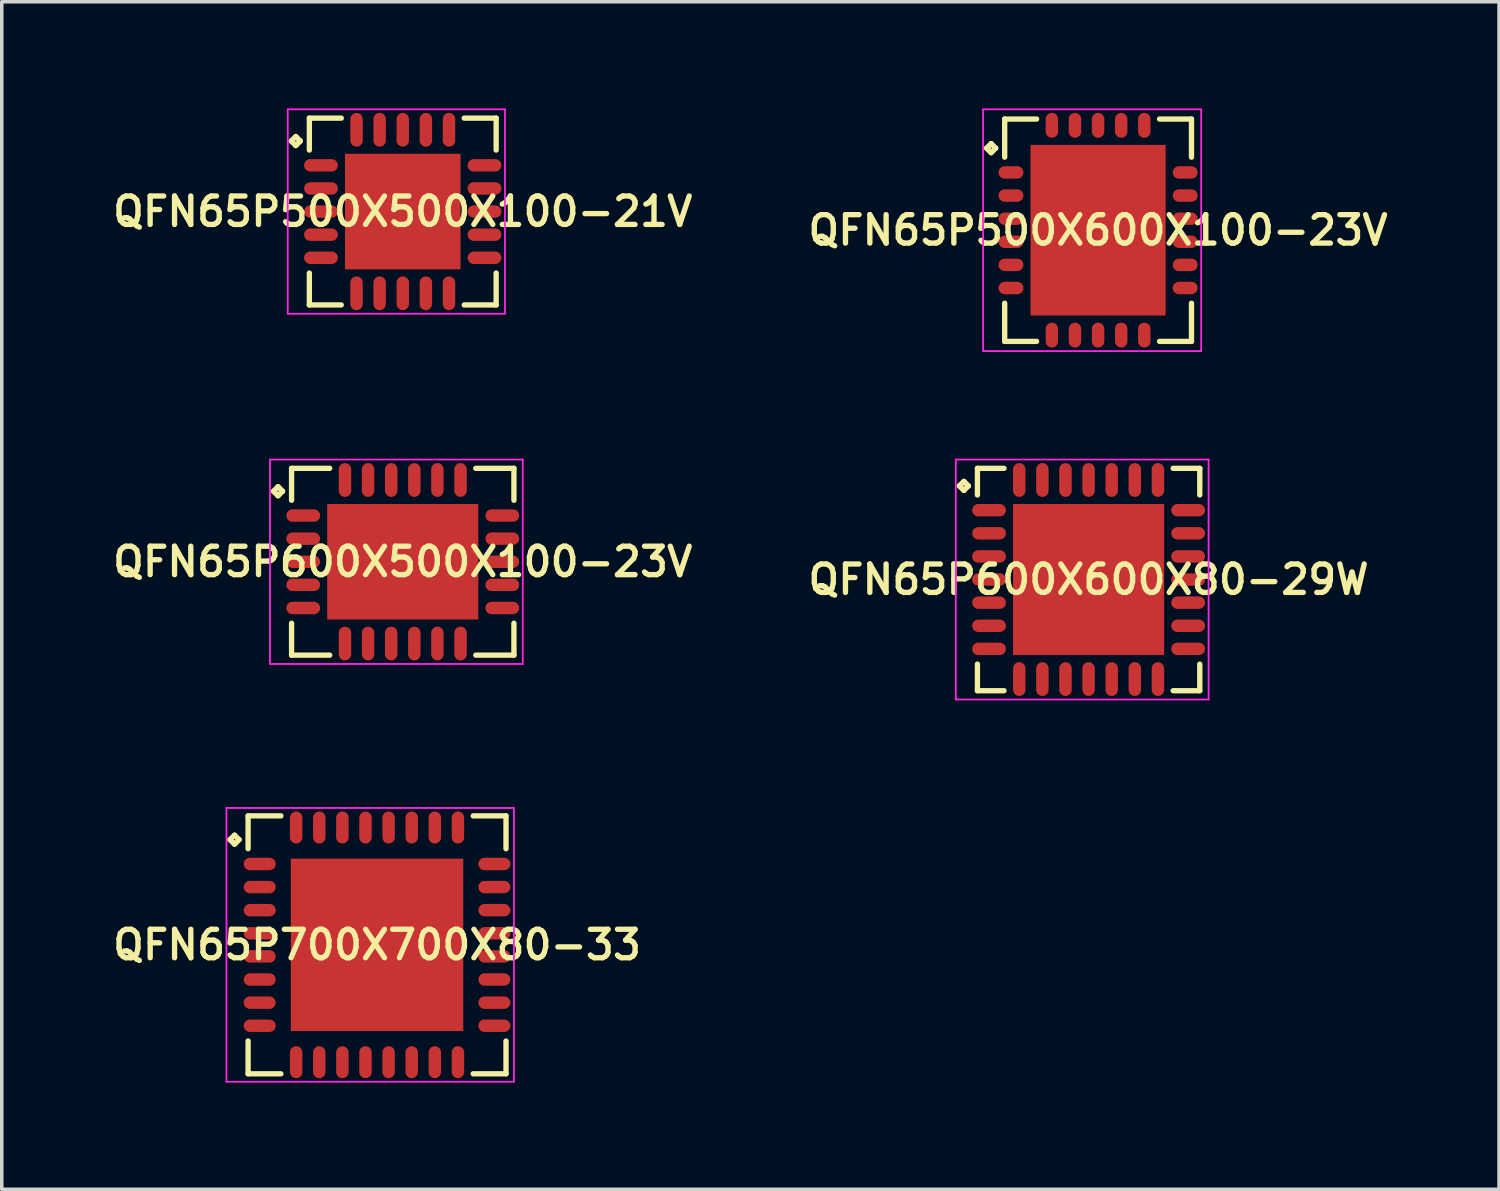
<source format=kicad_pcb>
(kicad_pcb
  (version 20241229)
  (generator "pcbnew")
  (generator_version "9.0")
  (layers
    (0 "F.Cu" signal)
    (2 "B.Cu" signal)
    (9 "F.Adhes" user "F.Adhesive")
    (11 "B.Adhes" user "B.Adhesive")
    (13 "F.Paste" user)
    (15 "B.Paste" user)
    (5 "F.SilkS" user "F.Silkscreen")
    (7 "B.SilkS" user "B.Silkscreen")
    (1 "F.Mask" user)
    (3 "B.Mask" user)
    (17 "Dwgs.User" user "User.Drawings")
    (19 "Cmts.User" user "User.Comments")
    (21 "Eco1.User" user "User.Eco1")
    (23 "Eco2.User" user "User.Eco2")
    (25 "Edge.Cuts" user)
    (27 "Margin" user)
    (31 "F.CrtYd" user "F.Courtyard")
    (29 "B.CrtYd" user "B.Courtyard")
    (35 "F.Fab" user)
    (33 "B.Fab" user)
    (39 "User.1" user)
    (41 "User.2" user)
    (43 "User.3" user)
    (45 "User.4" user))
  (footprint "QFN65P500X600X100-23V"
    (layer "F.Cu")
    (at 27.835 3.425)
    (property "Reference" "QFN65P500X600X100-23V" (at 0 0 0) (layer "F.SilkS") (effects (font (size 0.8 0.8) (thickness 0.15))))
    (attr smd)
    (fp_line (start -3.135 -2.308) (end -3.008 -2.435) (stroke (width 0.15) (type solid)) (layer "F.SilkS"))
    (fp_line (start -3.008 -2.435) (end -2.881 -2.308) (stroke (width 0.15) (type solid)) (layer "F.SilkS"))
    (fp_line (start -3.008 -2.181) (end -3.135 -2.308) (stroke (width 0.15) (type solid)) (layer "F.SilkS"))
    (fp_line (start -2.881 -2.308) (end -3.008 -2.181) (stroke (width 0.15) (type solid)) (layer "F.SilkS"))
    (fp_line (start -2.627 -3.127) (end -1.729 -3.127) (stroke (width 0.15) (type solid)) (layer "F.SilkS"))
    (fp_line (start -2.627 -2.054) (end -2.627 -3.127) (stroke (width 0.15) (type solid)) (layer "F.SilkS"))
    (fp_line (start -2.627 2.054) (end -2.627 3.127) (stroke (width 0.15) (type solid)) (layer "F.SilkS"))
    (fp_line (start -2.627 3.127) (end -1.729 3.127) (stroke (width 0.15) (type solid)) (layer "F.SilkS"))
    (fp_line (start 1.729 -3.127) (end 2.627 -3.127) (stroke (width 0.15) (type solid)) (layer "F.SilkS"))
    (fp_line (start 1.729 3.127) (end 2.627 3.127) (stroke (width 0.15) (type solid)) (layer "F.SilkS"))
    (fp_line (start 2.627 -3.127) (end 2.627 -2.054) (stroke (width 0.15) (type solid)) (layer "F.SilkS"))
    (fp_line (start 2.627 3.127) (end 2.627 2.054) (stroke (width 0.15) (type solid)) (layer "F.SilkS"))
    (fp_line (start -3.235 -3.4) (end 2.9 -3.4) (stroke (width 0.05) (type solid)) (layer "F.CrtYd"))
    (fp_line (start -3.235 3.4) (end -3.235 -3.4) (stroke (width 0.05) (type solid)) (layer "F.CrtYd"))
    (fp_line (start 2.9 -3.4) (end 2.9 3.4) (stroke (width 0.05) (type solid)) (layer "F.CrtYd"))
    (fp_line (start 2.9 3.4) (end -3.235 3.4) (stroke (width 0.05) (type solid)) (layer "F.CrtYd"))
    (pad "1" smd oval (at -2.45 -1.625) (size 0.7 0.35) (layers "F.Cu" "F.Mask" "F.Paste"))
    (pad "2" smd oval (at -2.45 -0.975) (size 0.7 0.35) (layers "F.Cu" "F.Mask" "F.Paste"))
    (pad "3" smd oval (at -2.45 -0.325) (size 0.7 0.35) (layers "F.Cu" "F.Mask" "F.Paste"))
    (pad "4" smd oval (at -2.45 0.325) (size 0.7 0.35) (layers "F.Cu" "F.Mask" "F.Paste"))
    (pad "5" smd oval (at -2.45 0.975) (size 0.7 0.35) (layers "F.Cu" "F.Mask" "F.Paste"))
    (pad "6" smd oval (at -2.45 1.625) (size 0.7 0.35) (layers "F.Cu" "F.Mask" "F.Paste"))
    (pad "7" smd oval (at -1.3 2.95) (size 0.35 0.7) (layers "F.Cu" "F.Mask" "F.Paste"))
    (pad "8" smd oval (at -0.65 2.95) (size 0.35 0.7) (layers "F.Cu" "F.Mask" "F.Paste"))
    (pad "9" smd oval (at 0 2.95) (size 0.35 0.7) (layers "F.Cu" "F.Mask" "F.Paste"))
    (pad "10" smd oval (at 0.65 2.95) (size 0.35 0.7) (layers "F.Cu" "F.Mask" "F.Paste"))
    (pad "11" smd oval (at 1.3 2.95) (size 0.35 0.7) (layers "F.Cu" "F.Mask" "F.Paste"))
    (pad "12" smd oval (at 2.45 1.625) (size 0.7 0.35) (layers "F.Cu" "F.Mask" "F.Paste"))
    (pad "13" smd oval (at 2.45 0.975) (size 0.7 0.35) (layers "F.Cu" "F.Mask" "F.Paste"))
    (pad "14" smd oval (at 2.45 0.325) (size 0.7 0.35) (layers "F.Cu" "F.Mask" "F.Paste"))
    (pad "15" smd oval (at 2.45 -0.325) (size 0.7 0.35) (layers "F.Cu" "F.Mask" "F.Paste"))
    (pad "16" smd oval (at 2.45 -0.975) (size 0.7 0.35) (layers "F.Cu" "F.Mask" "F.Paste"))
    (pad "17" smd oval (at 2.45 -1.625) (size 0.7 0.35) (layers "F.Cu" "F.Mask" "F.Paste"))
    (pad "18" smd oval (at 1.3 -2.95) (size 0.35 0.7) (layers "F.Cu" "F.Mask" "F.Paste"))
    (pad "19" smd oval (at 0.65 -2.95) (size 0.35 0.7) (layers "F.Cu" "F.Mask" "F.Paste"))
    (pad "20" smd oval (at 0 -2.95) (size 0.35 0.7) (layers "F.Cu" "F.Mask" "F.Paste"))
    (pad "21" smd oval (at -0.65 -2.95) (size 0.35 0.7) (layers "F.Cu" "F.Mask" "F.Paste"))
    (pad "22" smd oval (at -1.3 -2.95) (size 0.35 0.7) (layers "F.Cu" "F.Mask" "F.Paste"))
    (pad "23" smd rect (at 0 0) (size 3.8 4.8) (layers "F.Cu" "F.Mask" "F.Paste")))
  (footprint "QFN65P500X500X100-21V"
    (layer "F.Cu")
    (at 8.278 2.9)
    (property "Reference" "QFN65P500X500X100-21V" (at 0 0 0) (layer "F.SilkS") (effects (font (size 0.8 0.8) (thickness 0.15))))
    (attr smd)
    (fp_line (start -3.135 -1.983) (end -3.008 -2.11) (stroke (width 0.15) (type solid)) (layer "F.SilkS"))
    (fp_line (start -3.008 -2.11) (end -2.881 -1.983) (stroke (width 0.15) (type solid)) (layer "F.SilkS"))
    (fp_line (start -3.008 -1.856) (end -3.135 -1.983) (stroke (width 0.15) (type solid)) (layer "F.SilkS"))
    (fp_line (start -2.881 -1.983) (end -3.008 -1.856) (stroke (width 0.15) (type solid)) (layer "F.SilkS"))
    (fp_line (start -2.627 -2.627) (end -1.729 -2.627) (stroke (width 0.15) (type solid)) (layer "F.SilkS"))
    (fp_line (start -2.627 -1.729) (end -2.627 -2.627) (stroke (width 0.15) (type solid)) (layer "F.SilkS"))
    (fp_line (start -2.627 1.729) (end -2.627 2.627) (stroke (width 0.15) (type solid)) (layer "F.SilkS"))
    (fp_line (start -2.627 2.627) (end -1.729 2.627) (stroke (width 0.15) (type solid)) (layer "F.SilkS"))
    (fp_line (start 1.729 -2.627) (end 2.627 -2.627) (stroke (width 0.15) (type solid)) (layer "F.SilkS"))
    (fp_line (start 1.729 2.627) (end 2.627 2.627) (stroke (width 0.15) (type solid)) (layer "F.SilkS"))
    (fp_line (start 2.627 -2.627) (end 2.627 -1.729) (stroke (width 0.15) (type solid)) (layer "F.SilkS"))
    (fp_line (start 2.627 2.627) (end 2.627 1.729) (stroke (width 0.15) (type solid)) (layer "F.SilkS"))
    (fp_line (start -3.235 -2.875) (end 2.875 -2.875) (stroke (width 0.05) (type solid)) (layer "F.CrtYd"))
    (fp_line (start -3.235 2.875) (end -3.235 -2.875) (stroke (width 0.05) (type solid)) (layer "F.CrtYd"))
    (fp_line (start 2.875 -2.875) (end 2.875 2.875) (stroke (width 0.05) (type solid)) (layer "F.CrtYd"))
    (fp_line (start 2.875 2.875) (end -3.235 2.875) (stroke (width 0.05) (type solid)) (layer "F.CrtYd"))
    (pad "1" smd oval (at -2.3 -1.3) (size 0.95 0.35) (layers "F.Cu" "F.Mask" "F.Paste"))
    (pad "2" smd oval (at -2.3 -0.65) (size 0.95 0.35) (layers "F.Cu" "F.Mask" "F.Paste"))
    (pad "3" smd oval (at -2.3 0) (size 0.95 0.35) (layers "F.Cu" "F.Mask" "F.Paste"))
    (pad "4" smd oval (at -2.3 0.65) (size 0.95 0.35) (layers "F.Cu" "F.Mask" "F.Paste"))
    (pad "5" smd oval (at -2.3 1.3) (size 0.95 0.35) (layers "F.Cu" "F.Mask" "F.Paste"))
    (pad "6" smd oval (at -1.3 2.3) (size 0.35 0.95) (layers "F.Cu" "F.Mask" "F.Paste"))
    (pad "7" smd oval (at -0.65 2.3) (size 0.35 0.95) (layers "F.Cu" "F.Mask" "F.Paste"))
    (pad "8" smd oval (at 0 2.3) (size 0.35 0.95) (layers "F.Cu" "F.Mask" "F.Paste"))
    (pad "9" smd oval (at 0.65 2.3) (size 0.35 0.95) (layers "F.Cu" "F.Mask" "F.Paste"))
    (pad "10" smd oval (at 1.3 2.3) (size 0.35 0.95) (layers "F.Cu" "F.Mask" "F.Paste"))
    (pad "11" smd oval (at 2.3 1.3) (size 0.95 0.35) (layers "F.Cu" "F.Mask" "F.Paste"))
    (pad "12" smd oval (at 2.3 0.65) (size 0.95 0.35) (layers "F.Cu" "F.Mask" "F.Paste"))
    (pad "13" smd oval (at 2.3 0) (size 0.95 0.35) (layers "F.Cu" "F.Mask" "F.Paste"))
    (pad "14" smd oval (at 2.3 -0.65) (size 0.95 0.35) (layers "F.Cu" "F.Mask" "F.Paste"))
    (pad "15" smd oval (at 2.3 -1.3) (size 0.95 0.35) (layers "F.Cu" "F.Mask" "F.Paste"))
    (pad "16" smd oval (at 1.3 -2.3) (size 0.35 0.95) (layers "F.Cu" "F.Mask" "F.Paste"))
    (pad "17" smd oval (at 0.65 -2.3) (size 0.35 0.95) (layers "F.Cu" "F.Mask" "F.Paste"))
    (pad "18" smd oval (at 0 -2.3) (size 0.35 0.95) (layers "F.Cu" "F.Mask" "F.Paste"))
    (pad "19" smd oval (at -0.65 -2.3) (size 0.35 0.95) (layers "F.Cu" "F.Mask" "F.Paste"))
    (pad "20" smd oval (at -1.3 -2.3) (size 0.35 0.95) (layers "F.Cu" "F.Mask" "F.Paste"))
    (pad "21" smd rect (at 0 0) (size 3.25 3.25) (layers "F.Cu" "F.Mask" "F.Paste")))
  (footprint "QFN65P700X700X80-33"
    (layer "F.Cu")
    (at 7.555 23.525)
    (property "Reference" "QFN65P700X700X80-33" (at 0 0 0) (layer "F.SilkS") (effects (font (size 0.8 0.8) (thickness 0.15))))
    (attr smd)
    (fp_line (start -4.135 -2.958) (end -4.008 -3.085) (stroke (width 0.15) (type solid)) (layer "F.SilkS"))
    (fp_line (start -4.008 -3.085) (end -3.881 -2.958) (stroke (width 0.15) (type solid)) (layer "F.SilkS"))
    (fp_line (start -4.008 -2.831) (end -4.135 -2.958) (stroke (width 0.15) (type solid)) (layer "F.SilkS"))
    (fp_line (start -3.881 -2.958) (end -4.008 -2.831) (stroke (width 0.15) (type solid)) (layer "F.SilkS"))
    (fp_line (start -3.627 -3.627) (end -2.704 -3.627) (stroke (width 0.15) (type solid)) (layer "F.SilkS"))
    (fp_line (start -3.627 -2.704) (end -3.627 -3.627) (stroke (width 0.15) (type solid)) (layer "F.SilkS"))
    (fp_line (start -3.627 2.704) (end -3.627 3.627) (stroke (width 0.15) (type solid)) (layer "F.SilkS"))
    (fp_line (start -3.627 3.627) (end -2.704 3.627) (stroke (width 0.15) (type solid)) (layer "F.SilkS"))
    (fp_line (start 2.704 -3.627) (end 3.627 -3.627) (stroke (width 0.15) (type solid)) (layer "F.SilkS"))
    (fp_line (start 2.704 3.627) (end 3.627 3.627) (stroke (width 0.15) (type solid)) (layer "F.SilkS"))
    (fp_line (start 3.627 -3.627) (end 3.627 -2.704) (stroke (width 0.15) (type solid)) (layer "F.SilkS"))
    (fp_line (start 3.627 3.627) (end 3.627 2.704) (stroke (width 0.15) (type solid)) (layer "F.SilkS"))
    (fp_line (start -4.235 -3.85) (end 3.85 -3.85) (stroke (width 0.05) (type solid)) (layer "F.CrtYd"))
    (fp_line (start -4.235 3.85) (end -4.235 -3.85) (stroke (width 0.05) (type solid)) (layer "F.CrtYd"))
    (fp_line (start 3.85 -3.85) (end 3.85 3.85) (stroke (width 0.05) (type solid)) (layer "F.CrtYd"))
    (fp_line (start 3.85 3.85) (end -4.235 3.85) (stroke (width 0.05) (type solid)) (layer "F.CrtYd"))
    (pad "1" smd oval (at -3.3 -2.275) (size 0.9 0.35) (layers "F.Cu" "F.Mask" "F.Paste"))
    (pad "2" smd oval (at -3.3 -1.625) (size 0.9 0.35) (layers "F.Cu" "F.Mask" "F.Paste"))
    (pad "3" smd oval (at -3.3 -0.975) (size 0.9 0.35) (layers "F.Cu" "F.Mask" "F.Paste"))
    (pad "4" smd oval (at -3.3 -0.325) (size 0.9 0.35) (layers "F.Cu" "F.Mask" "F.Paste"))
    (pad "5" smd oval (at -3.3 0.325) (size 0.9 0.35) (layers "F.Cu" "F.Mask" "F.Paste"))
    (pad "6" smd oval (at -3.3 0.975) (size 0.9 0.35) (layers "F.Cu" "F.Mask" "F.Paste"))
    (pad "7" smd oval (at -3.3 1.625) (size 0.9 0.35) (layers "F.Cu" "F.Mask" "F.Paste"))
    (pad "8" smd oval (at -3.3 2.275) (size 0.9 0.35) (layers "F.Cu" "F.Mask" "F.Paste"))
    (pad "9" smd oval (at -2.275 3.3) (size 0.35 0.9) (layers "F.Cu" "F.Mask" "F.Paste"))
    (pad "10" smd oval (at -1.625 3.3) (size 0.35 0.9) (layers "F.Cu" "F.Mask" "F.Paste"))
    (pad "11" smd oval (at -0.975 3.3) (size 0.35 0.9) (layers "F.Cu" "F.Mask" "F.Paste"))
    (pad "12" smd oval (at -0.325 3.3) (size 0.35 0.9) (layers "F.Cu" "F.Mask" "F.Paste"))
    (pad "13" smd oval (at 0.325 3.3) (size 0.35 0.9) (layers "F.Cu" "F.Mask" "F.Paste"))
    (pad "14" smd oval (at 0.975 3.3) (size 0.35 0.9) (layers "F.Cu" "F.Mask" "F.Paste"))
    (pad "15" smd oval (at 1.625 3.3) (size 0.35 0.9) (layers "F.Cu" "F.Mask" "F.Paste"))
    (pad "16" smd oval (at 2.275 3.3) (size 0.35 0.9) (layers "F.Cu" "F.Mask" "F.Paste"))
    (pad "17" smd oval (at 3.3 2.275) (size 0.9 0.35) (layers "F.Cu" "F.Mask" "F.Paste"))
    (pad "18" smd oval (at 3.3 1.625) (size 0.9 0.35) (layers "F.Cu" "F.Mask" "F.Paste"))
    (pad "19" smd oval (at 3.3 0.975) (size 0.9 0.35) (layers "F.Cu" "F.Mask" "F.Paste"))
    (pad "20" smd oval (at 3.3 0.325) (size 0.9 0.35) (layers "F.Cu" "F.Mask" "F.Paste"))
    (pad "21" smd oval (at 3.3 -0.325) (size 0.9 0.35) (layers "F.Cu" "F.Mask" "F.Paste"))
    (pad "22" smd oval (at 3.3 -0.975) (size 0.9 0.35) (layers "F.Cu" "F.Mask" "F.Paste"))
    (pad "23" smd oval (at 3.3 -1.625) (size 0.9 0.35) (layers "F.Cu" "F.Mask" "F.Paste"))
    (pad "24" smd oval (at 3.3 -2.275) (size 0.9 0.35) (layers "F.Cu" "F.Mask" "F.Paste"))
    (pad "25" smd oval (at 2.275 -3.3) (size 0.35 0.9) (layers "F.Cu" "F.Mask" "F.Paste"))
    (pad "26" smd oval (at 1.625 -3.3) (size 0.35 0.9) (layers "F.Cu" "F.Mask" "F.Paste"))
    (pad "27" smd oval (at 0.975 -3.3) (size 0.35 0.9) (layers "F.Cu" "F.Mask" "F.Paste"))
    (pad "28" smd oval (at 0.325 -3.3) (size 0.35 0.9) (layers "F.Cu" "F.Mask" "F.Paste"))
    (pad "29" smd oval (at -0.325 -3.3) (size 0.35 0.9) (layers "F.Cu" "F.Mask" "F.Paste"))
    (pad "30" smd oval (at -0.975 -3.3) (size 0.35 0.9) (layers "F.Cu" "F.Mask" "F.Paste"))
    (pad "31" smd oval (at -1.625 -3.3) (size 0.35 0.9) (layers "F.Cu" "F.Mask" "F.Paste"))
    (pad "32" smd oval (at -2.275 -3.3) (size 0.35 0.9) (layers "F.Cu" "F.Mask" "F.Paste"))
    (pad "33" smd rect (at 0 0) (size 4.85 4.85) (layers "F.Cu" "F.Mask" "F.Paste")))
  (footprint "QFN65P600X600X80-29W"
    (layer "F.Cu")
    (at 27.568 13.25)
    (property "Reference" "QFN65P600X600X80-29W" (at 0 0 0) (layer "F.SilkS") (effects (font (size 0.8 0.8) (thickness 0.15))))
    (attr smd)
    (fp_line (start -3.635 -2.633) (end -3.508 -2.76) (stroke (width 0.15) (type solid)) (layer "F.SilkS"))
    (fp_line (start -3.508 -2.76) (end -3.381 -2.633) (stroke (width 0.15) (type solid)) (layer "F.SilkS"))
    (fp_line (start -3.508 -2.506) (end -3.635 -2.633) (stroke (width 0.15) (type solid)) (layer "F.SilkS"))
    (fp_line (start -3.381 -2.633) (end -3.508 -2.506) (stroke (width 0.15) (type solid)) (layer "F.SilkS"))
    (fp_line (start -3.127 -3.127) (end -2.379 -3.127) (stroke (width 0.15) (type solid)) (layer "F.SilkS"))
    (fp_line (start -3.127 -2.379) (end -3.127 -3.127) (stroke (width 0.15) (type solid)) (layer "F.SilkS"))
    (fp_line (start -3.127 2.379) (end -3.127 3.127) (stroke (width 0.15) (type solid)) (layer "F.SilkS"))
    (fp_line (start -3.127 3.127) (end -2.379 3.127) (stroke (width 0.15) (type solid)) (layer "F.SilkS"))
    (fp_line (start 2.379 -3.127) (end 3.127 -3.127) (stroke (width 0.15) (type solid)) (layer "F.SilkS"))
    (fp_line (start 2.379 3.127) (end 3.127 3.127) (stroke (width 0.15) (type solid)) (layer "F.SilkS"))
    (fp_line (start 3.127 -3.127) (end 3.127 -2.379) (stroke (width 0.15) (type solid)) (layer "F.SilkS"))
    (fp_line (start 3.127 3.127) (end 3.127 2.379) (stroke (width 0.15) (type solid)) (layer "F.SilkS"))
    (fp_line (start -3.735 -3.375) (end 3.375 -3.375) (stroke (width 0.05) (type solid)) (layer "F.CrtYd"))
    (fp_line (start -3.735 3.375) (end -3.735 -3.375) (stroke (width 0.05) (type solid)) (layer "F.CrtYd"))
    (fp_line (start 3.375 -3.375) (end 3.375 3.375) (stroke (width 0.05) (type solid)) (layer "F.CrtYd"))
    (fp_line (start 3.375 3.375) (end -3.735 3.375) (stroke (width 0.05) (type solid)) (layer "F.CrtYd"))
    (pad "1" smd oval (at -2.8 -1.95) (size 0.95 0.35) (layers "F.Cu" "F.Mask" "F.Paste"))
    (pad "2" smd oval (at -2.8 -1.3) (size 0.95 0.35) (layers "F.Cu" "F.Mask" "F.Paste"))
    (pad "3" smd oval (at -2.8 -0.65) (size 0.95 0.35) (layers "F.Cu" "F.Mask" "F.Paste"))
    (pad "4" smd oval (at -2.8 0) (size 0.95 0.35) (layers "F.Cu" "F.Mask" "F.Paste"))
    (pad "5" smd oval (at -2.8 0.65) (size 0.95 0.35) (layers "F.Cu" "F.Mask" "F.Paste"))
    (pad "6" smd oval (at -2.8 1.3) (size 0.95 0.35) (layers "F.Cu" "F.Mask" "F.Paste"))
    (pad "7" smd oval (at -2.8 1.95) (size 0.95 0.35) (layers "F.Cu" "F.Mask" "F.Paste"))
    (pad "8" smd oval (at -1.95 2.8) (size 0.35 0.95) (layers "F.Cu" "F.Mask" "F.Paste"))
    (pad "9" smd oval (at -1.3 2.8) (size 0.35 0.95) (layers "F.Cu" "F.Mask" "F.Paste"))
    (pad "10" smd oval (at -0.65 2.8) (size 0.35 0.95) (layers "F.Cu" "F.Mask" "F.Paste"))
    (pad "11" smd oval (at 0 2.8) (size 0.35 0.95) (layers "F.Cu" "F.Mask" "F.Paste"))
    (pad "12" smd oval (at 0.65 2.8) (size 0.35 0.95) (layers "F.Cu" "F.Mask" "F.Paste"))
    (pad "13" smd oval (at 1.3 2.8) (size 0.35 0.95) (layers "F.Cu" "F.Mask" "F.Paste"))
    (pad "14" smd oval (at 1.95 2.8) (size 0.35 0.95) (layers "F.Cu" "F.Mask" "F.Paste"))
    (pad "15" smd oval (at 2.8 1.95) (size 0.95 0.35) (layers "F.Cu" "F.Mask" "F.Paste"))
    (pad "16" smd oval (at 2.8 1.3) (size 0.95 0.35) (layers "F.Cu" "F.Mask" "F.Paste"))
    (pad "17" smd oval (at 2.8 0.65) (size 0.95 0.35) (layers "F.Cu" "F.Mask" "F.Paste"))
    (pad "18" smd oval (at 2.8 0) (size 0.95 0.35) (layers "F.Cu" "F.Mask" "F.Paste"))
    (pad "19" smd oval (at 2.8 -0.65) (size 0.95 0.35) (layers "F.Cu" "F.Mask" "F.Paste"))
    (pad "20" smd oval (at 2.8 -1.3) (size 0.95 0.35) (layers "F.Cu" "F.Mask" "F.Paste"))
    (pad "21" smd oval (at 2.8 -1.95) (size 0.95 0.35) (layers "F.Cu" "F.Mask" "F.Paste"))
    (pad "22" smd oval (at 1.95 -2.8) (size 0.35 0.95) (layers "F.Cu" "F.Mask" "F.Paste"))
    (pad "23" smd oval (at 1.3 -2.8) (size 0.35 0.95) (layers "F.Cu" "F.Mask" "F.Paste"))
    (pad "24" smd oval (at 0.65 -2.8) (size 0.35 0.95) (layers "F.Cu" "F.Mask" "F.Paste"))
    (pad "25" smd oval (at 0 -2.8) (size 0.35 0.95) (layers "F.Cu" "F.Mask" "F.Paste"))
    (pad "26" smd oval (at -0.65 -2.8) (size 0.35 0.95) (layers "F.Cu" "F.Mask" "F.Paste"))
    (pad "27" smd oval (at -1.3 -2.8) (size 0.35 0.95) (layers "F.Cu" "F.Mask" "F.Paste"))
    (pad "28" smd oval (at -1.95 -2.8) (size 0.35 0.95) (layers "F.Cu" "F.Mask" "F.Paste"))
    (pad "29" smd rect (at 0 0) (size 4.25 4.25) (layers "F.Cu" "F.Mask" "F.Paste")))
  (footprint "QFN65P600X500X100-23V"
    (layer "F.Cu")
    (at 8.278 12.75)
    (property "Reference" "QFN65P600X500X100-23V" (at 0 0 0) (layer "F.SilkS") (effects (font (size 0.8 0.8) (thickness 0.15))))
    (attr smd)
    (fp_line (start -3.635 -1.983) (end -3.508 -2.11) (stroke (width 0.15) (type solid)) (layer "F.SilkS"))
    (fp_line (start -3.508 -2.11) (end -3.381 -1.983) (stroke (width 0.15) (type solid)) (layer "F.SilkS"))
    (fp_line (start -3.508 -1.856) (end -3.635 -1.983) (stroke (width 0.15) (type solid)) (layer "F.SilkS"))
    (fp_line (start -3.381 -1.983) (end -3.508 -1.856) (stroke (width 0.15) (type solid)) (layer "F.SilkS"))
    (fp_line (start -3.127 -2.627) (end -2.054 -2.627) (stroke (width 0.15) (type solid)) (layer "F.SilkS"))
    (fp_line (start -3.127 -1.729) (end -3.127 -2.627) (stroke (width 0.15) (type solid)) (layer "F.SilkS"))
    (fp_line (start -3.127 1.729) (end -3.127 2.627) (stroke (width 0.15) (type solid)) (layer "F.SilkS"))
    (fp_line (start -3.127 2.627) (end -2.054 2.627) (stroke (width 0.15) (type solid)) (layer "F.SilkS"))
    (fp_line (start 2.054 -2.627) (end 3.127 -2.627) (stroke (width 0.15) (type solid)) (layer "F.SilkS"))
    (fp_line (start 2.054 2.627) (end 3.127 2.627) (stroke (width 0.15) (type solid)) (layer "F.SilkS"))
    (fp_line (start 3.127 -2.627) (end 3.127 -1.729) (stroke (width 0.15) (type solid)) (layer "F.SilkS"))
    (fp_line (start 3.127 2.627) (end 3.127 1.729) (stroke (width 0.15) (type solid)) (layer "F.SilkS"))
    (fp_line (start -3.735 -2.875) (end 3.375 -2.875) (stroke (width 0.05) (type solid)) (layer "F.CrtYd"))
    (fp_line (start -3.735 2.875) (end -3.735 -2.875) (stroke (width 0.05) (type solid)) (layer "F.CrtYd"))
    (fp_line (start 3.375 -2.875) (end 3.375 2.875) (stroke (width 0.05) (type solid)) (layer "F.CrtYd"))
    (fp_line (start 3.375 2.875) (end -3.735 2.875) (stroke (width 0.05) (type solid)) (layer "F.CrtYd"))
    (pad "1" smd oval (at -2.8 -1.3) (size 0.95 0.35) (layers "F.Cu" "F.Mask" "F.Paste"))
    (pad "2" smd oval (at -2.8 -0.65) (size 0.95 0.35) (layers "F.Cu" "F.Mask" "F.Paste"))
    (pad "3" smd oval (at -2.8 0) (size 0.95 0.35) (layers "F.Cu" "F.Mask" "F.Paste"))
    (pad "4" smd oval (at -2.8 0.65) (size 0.95 0.35) (layers "F.Cu" "F.Mask" "F.Paste"))
    (pad "5" smd oval (at -2.8 1.3) (size 0.95 0.35) (layers "F.Cu" "F.Mask" "F.Paste"))
    (pad "6" smd oval (at -1.625 2.3) (size 0.35 0.95) (layers "F.Cu" "F.Mask" "F.Paste"))
    (pad "7" smd oval (at -0.975 2.3) (size 0.35 0.95) (layers "F.Cu" "F.Mask" "F.Paste"))
    (pad "8" smd oval (at -0.325 2.3) (size 0.35 0.95) (layers "F.Cu" "F.Mask" "F.Paste"))
    (pad "9" smd oval (at 0.325 2.3) (size 0.35 0.95) (layers "F.Cu" "F.Mask" "F.Paste"))
    (pad "10" smd oval (at 0.975 2.3) (size 0.35 0.95) (layers "F.Cu" "F.Mask" "F.Paste"))
    (pad "11" smd oval (at 1.625 2.3) (size 0.35 0.95) (layers "F.Cu" "F.Mask" "F.Paste"))
    (pad "12" smd oval (at 2.8 1.3) (size 0.95 0.35) (layers "F.Cu" "F.Mask" "F.Paste"))
    (pad "13" smd oval (at 2.8 0.65) (size 0.95 0.35) (layers "F.Cu" "F.Mask" "F.Paste"))
    (pad "14" smd oval (at 2.8 0) (size 0.95 0.35) (layers "F.Cu" "F.Mask" "F.Paste"))
    (pad "15" smd oval (at 2.8 -0.65) (size 0.95 0.35) (layers "F.Cu" "F.Mask" "F.Paste"))
    (pad "16" smd oval (at 2.8 -1.3) (size 0.95 0.35) (layers "F.Cu" "F.Mask" "F.Paste"))
    (pad "17" smd oval (at 1.625 -2.3) (size 0.35 0.95) (layers "F.Cu" "F.Mask" "F.Paste"))
    (pad "18" smd oval (at 0.975 -2.3) (size 0.35 0.95) (layers "F.Cu" "F.Mask" "F.Paste"))
    (pad "19" smd oval (at 0.325 -2.3) (size 0.35 0.95) (layers "F.Cu" "F.Mask" "F.Paste"))
    (pad "20" smd oval (at -0.325 -2.3) (size 0.35 0.95) (layers "F.Cu" "F.Mask" "F.Paste"))
    (pad "21" smd oval (at -0.975 -2.3) (size 0.35 0.95) (layers "F.Cu" "F.Mask" "F.Paste"))
    (pad "22" smd oval (at -1.625 -2.3) (size 0.35 0.95) (layers "F.Cu" "F.Mask" "F.Paste"))
    (pad "23" smd rect (at 0 0) (size 4.25 3.25) (layers "F.Cu" "F.Mask" "F.Paste")))
  (gr_rect
    (start -3 -3)
    (end 39.113 30.4)
    (stroke (width 0.1) (type default))
    (fill no)
    (layer "Edge.Cuts")))
</source>
